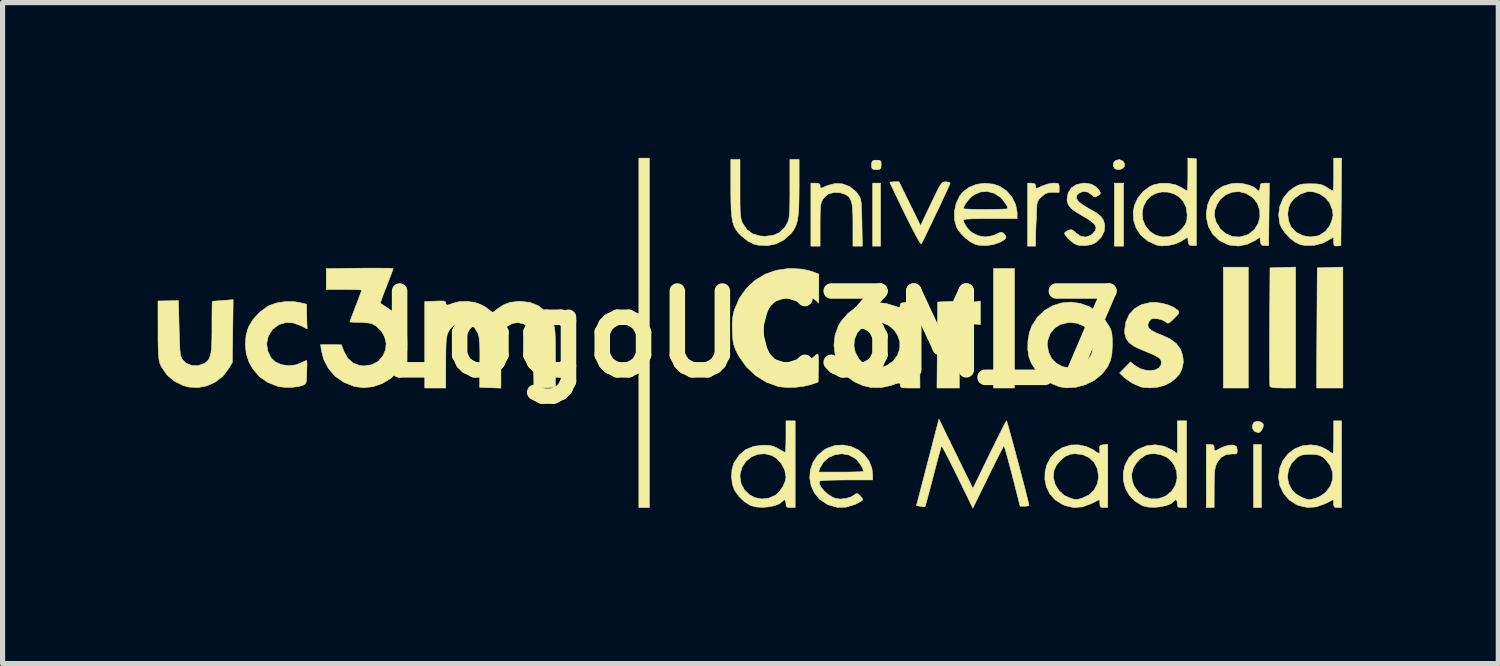
<source format=kicad_pcb>
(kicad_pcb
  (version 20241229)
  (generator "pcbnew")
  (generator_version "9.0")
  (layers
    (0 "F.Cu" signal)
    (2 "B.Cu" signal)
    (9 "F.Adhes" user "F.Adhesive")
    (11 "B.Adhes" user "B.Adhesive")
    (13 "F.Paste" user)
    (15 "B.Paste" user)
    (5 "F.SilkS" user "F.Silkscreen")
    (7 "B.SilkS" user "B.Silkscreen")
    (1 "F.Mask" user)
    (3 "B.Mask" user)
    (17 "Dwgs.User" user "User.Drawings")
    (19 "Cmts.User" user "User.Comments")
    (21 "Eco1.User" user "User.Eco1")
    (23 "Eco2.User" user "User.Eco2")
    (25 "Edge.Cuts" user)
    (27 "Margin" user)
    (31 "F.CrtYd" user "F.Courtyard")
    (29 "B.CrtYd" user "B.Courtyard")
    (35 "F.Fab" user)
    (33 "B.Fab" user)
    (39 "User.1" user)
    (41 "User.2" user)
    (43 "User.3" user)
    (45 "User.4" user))
  (footprint "LogoUC3M_7"
    (layer "F.Cu")
    (at 11.463 3.412)
    (property "Reference" "LogoUC3M_7" (at 0 0 0) (layer "F.SilkS") (effects (font (size 1.524 1.524) (thickness 0.3))))
    (attr through_hole)
    (fp_poly (pts (xy -1.956 3.353) (xy -2.159 3.353) (xy -2.159 -3.404) (xy -1.956 -3.404) (xy -1.956 3.353)) (stroke (width 0.01) (type solid)) (fill yes) (layer "F.SilkS"))
    (fp_poly (pts (xy 2.515 -1.702) (xy 2.362 -1.702) (xy 2.362 -2.921) (xy 2.515 -2.921) (xy 2.515 -1.702)) (stroke (width 0.01) (type solid)) (fill yes) (layer "F.SilkS"))
    (fp_poly (pts (xy 5.105 1.041) (xy 4.699 1.041) (xy 4.699 -1.27) (xy 5.105 -1.27) (xy 5.105 1.041)) (stroke (width 0.01) (type solid)) (fill yes) (layer "F.SilkS"))
    (fp_poly (pts (xy 7.214 -1.702) (xy 7.036 -1.702) (xy 7.036 -2.921) (xy 7.214 -2.921) (xy 7.214 -1.702)) (stroke (width 0.01) (type solid)) (fill yes) (layer "F.SilkS"))
    (fp_poly (pts (xy 9.627 1.041) (xy 9.144 1.041) (xy 9.144 -1.295) (xy 9.627 -1.295) (xy 9.627 1.041)) (stroke (width 0.01) (type solid)) (fill yes) (layer "F.SilkS"))
    (fp_poly (pts (xy 9.881 3.353) (xy 9.728 3.353) (xy 9.728 2.134) (xy 9.881 2.134) (xy 9.881 3.353)) (stroke (width 0.01) (type solid)) (fill yes) (layer "F.SilkS"))
    (fp_poly (pts (xy 11.455 1.041) (xy 10.947 1.041) (xy 10.953 -0.121) (xy 10.96 -1.283) (xy 11.455 -1.297) (xy 11.455 1.041)) (stroke (width 0.01) (type solid)) (fill yes) (layer "F.SilkS"))
    (fp_poly (pts (xy 7.14 -3.374) (xy 7.202 -3.346) (xy 7.234 -3.295) (xy 7.226 -3.237) (xy 7.224 -3.232) (xy 7.174 -3.193) (xy 7.108 -3.18) (xy 7.05 -3.198) (xy 7.042 -3.204) (xy 7.012 -3.262) (xy 7.022 -3.319) (xy 7.065 -3.362) (xy 7.131 -3.375) (xy 7.14 -3.374)) (stroke (width 0.01) (type solid)) (fill yes) (layer "F.SilkS"))
    (fp_poly (pts (xy 2.498 -3.362) (xy 2.522 -3.339) (xy 2.527 -3.283) (xy 2.527 -3.277) (xy 2.523 -3.216) (xy 2.499 -3.19) (xy 2.445 -3.18) (xy 2.374 -3.185) (xy 2.347 -3.21) (xy 2.339 -3.265) (xy 2.341 -3.307) (xy 2.356 -3.347) (xy 2.395 -3.363) (xy 2.438 -3.365) (xy 2.498 -3.362)) (stroke (width 0.01) (type solid)) (fill yes) (layer "F.SilkS"))
    (fp_poly (pts (xy 9.861 1.694) (xy 9.909 1.73) (xy 9.916 1.743) (xy 9.915 1.793) (xy 9.889 1.85) (xy 9.851 1.894) (xy 9.823 1.904) (xy 9.776 1.892) (xy 9.747 1.878) (xy 9.711 1.831) (xy 9.706 1.767) (xy 9.732 1.71) (xy 9.741 1.702) (xy 9.797 1.683) (xy 9.861 1.694)) (stroke (width 0.01) (type solid)) (fill yes) (layer "F.SilkS"))
    (fp_poly (pts (xy 10.541 1.041) (xy 10.299 1.041) (xy 10.171 1.039) (xy 10.09 1.031) (xy 10.05 1.016) (xy 10.045 1.01) (xy 10.042 0.978) (xy 10.04 0.902) (xy 10.039 0.785) (xy 10.038 0.633) (xy 10.037 0.451) (xy 10.038 0.245) (xy 10.038 0.02) (xy 10.039 -0.152) (xy 10.046 -1.283) (xy 10.541 -1.297) (xy 10.541 1.041)) (stroke (width 0.01) (type solid)) (fill yes) (layer "F.SilkS"))
    (fp_poly (pts (xy 4.445 -0.183) (xy 4.345 -0.196) (xy 4.249 -0.191) (xy 4.157 -0.156) (xy 4.086 -0.1) (xy 4.055 -0.044) (xy 4.05 -0.002) (xy 4.046 0.082) (xy 4.042 0.2) (xy 4.04 0.342) (xy 4.039 0.5) (xy 4.039 0.527) (xy 4.039 1.041) (xy 3.606 1.041) (xy 3.613 0.21) (xy 3.619 -0.622) (xy 3.818 -0.63) (xy 3.919 -0.632) (xy 3.98 -0.629) (xy 4.013 -0.618) (xy 4.027 -0.597) (xy 4.03 -0.588) (xy 4.044 -0.556) (xy 4.071 -0.552) (xy 4.124 -0.571) (xy 4.2 -0.596) (xy 4.294 -0.618) (xy 4.324 -0.623) (xy 4.445 -0.641) (xy 4.445 -0.183)) (stroke (width 0.01) (type solid)) (fill yes) (layer "F.SilkS"))
    (fp_poly (pts (xy 8.944 2.14) (xy 8.964 2.169) (xy 8.966 2.197) (xy 8.968 2.242) (xy 8.982 2.256) (xy 9.019 2.242) (xy 9.073 2.212) (xy 9.156 2.175) (xy 9.25 2.149) (xy 9.26 2.147) (xy 9.346 2.144) (xy 9.395 2.172) (xy 9.412 2.235) (xy 9.413 2.26) (xy 9.406 2.302) (xy 9.379 2.317) (xy 9.318 2.316) (xy 9.196 2.329) (xy 9.095 2.386) (xy 9.021 2.485) (xy 9.016 2.497) (xy 8.996 2.549) (xy 8.982 2.608) (xy 8.973 2.685) (xy 8.969 2.79) (xy 8.967 2.934) (xy 8.967 2.978) (xy 8.966 3.353) (xy 8.814 3.353) (xy 8.814 2.134) (xy 8.89 2.134) (xy 8.944 2.14)) (stroke (width 0.01) (type solid)) (fill yes) (layer "F.SilkS"))
    (fp_poly (pts (xy 5.496 -2.909) (xy 5.517 -2.87) (xy 5.515 -2.838) (xy 5.523 -2.821) (xy 5.562 -2.829) (xy 5.636 -2.862) (xy 5.652 -2.87) (xy 5.744 -2.903) (xy 5.843 -2.92) (xy 5.86 -2.921) (xy 5.928 -2.919) (xy 5.96 -2.905) (xy 5.969 -2.867) (xy 5.969 -2.832) (xy 5.969 -2.743) (xy 5.844 -2.743) (xy 5.758 -2.737) (xy 5.695 -2.713) (xy 5.63 -2.659) (xy 5.628 -2.658) (xy 5.58 -2.609) (xy 5.552 -2.565) (xy 5.539 -2.509) (xy 5.534 -2.423) (xy 5.533 -2.397) (xy 5.531 -2.303) (xy 5.528 -2.226) (xy 5.524 -2.184) (xy 5.522 -2.143) (xy 5.519 -2.065) (xy 5.516 -1.964) (xy 5.516 -1.924) (xy 5.512 -1.702) (xy 5.359 -1.702) (xy 5.359 -2.921) (xy 5.436 -2.921) (xy 5.496 -2.909)) (stroke (width 0.01) (type solid)) (fill yes) (layer "F.SilkS"))
    (fp_poly (pts (xy 3.288 -2.099) (xy 3.49 -2.523) (xy 3.562 -2.672) (xy 3.615 -2.781) (xy 3.655 -2.856) (xy 3.686 -2.904) (xy 3.711 -2.931) (xy 3.736 -2.943) (xy 3.763 -2.946) (xy 3.777 -2.946) (xy 3.833 -2.94) (xy 3.86 -2.925) (xy 3.861 -2.923) (xy 3.85 -2.894) (xy 3.821 -2.828) (xy 3.777 -2.731) (xy 3.721 -2.611) (xy 3.658 -2.475) (xy 3.59 -2.333) (xy 3.522 -2.19) (xy 3.457 -2.055) (xy 3.399 -1.935) (xy 3.351 -1.838) (xy 3.317 -1.771) (xy 3.3 -1.743) (xy 3.285 -1.759) (xy 3.25 -1.815) (xy 3.2 -1.906) (xy 3.137 -2.025) (xy 3.064 -2.167) (xy 2.986 -2.325) (xy 2.908 -2.486) (xy 2.838 -2.632) (xy 2.778 -2.756) (xy 2.732 -2.852) (xy 2.702 -2.915) (xy 2.692 -2.938) (xy 2.715 -2.943) (xy 2.77 -2.946) (xy 2.782 -2.946) (xy 2.872 -2.946) (xy 3.288 -2.099)) (stroke (width 0.01) (type solid)) (fill yes) (layer "F.SilkS"))
    (fp_poly (pts (xy 1.319 -2.915) (xy 1.343 -2.893) (xy 1.346 -2.87) (xy 1.347 -2.838) (xy 1.357 -2.824) (xy 1.386 -2.83) (xy 1.446 -2.855) (xy 1.487 -2.873) (xy 1.636 -2.914) (xy 1.783 -2.906) (xy 1.92 -2.853) (xy 2.038 -2.756) (xy 2.085 -2.697) (xy 2.107 -2.662) (xy 2.123 -2.626) (xy 2.135 -2.581) (xy 2.143 -2.517) (xy 2.148 -2.427) (xy 2.152 -2.302) (xy 2.155 -2.155) (xy 2.163 -1.702) (xy 1.981 -1.702) (xy 1.981 -2.109) (xy 1.98 -2.288) (xy 1.974 -2.424) (xy 1.961 -2.524) (xy 1.94 -2.595) (xy 1.909 -2.646) (xy 1.866 -2.683) (xy 1.83 -2.705) (xy 1.732 -2.735) (xy 1.621 -2.74) (xy 1.523 -2.718) (xy 1.503 -2.709) (xy 1.448 -2.664) (xy 1.396 -2.603) (xy 1.396 -2.602) (xy 1.377 -2.568) (xy 1.364 -2.528) (xy 1.355 -2.472) (xy 1.35 -2.391) (xy 1.347 -2.278) (xy 1.346 -2.122) (xy 1.346 -2.115) (xy 1.346 -1.702) (xy 1.168 -1.702) (xy 1.168 -2.921) (xy 1.257 -2.921) (xy 1.319 -2.915)) (stroke (width 0.01) (type solid)) (fill yes) (layer "F.SilkS"))
    (fp_poly (pts (xy -10.02 0.546) (xy -10.09 0.664) (xy -10.203 0.811) (xy -10.346 0.924) (xy -10.51 0.999) (xy -10.685 1.033) (xy -10.863 1.023) (xy -10.964 0.996) (xy -11.144 0.909) (xy -11.285 0.787) (xy -11.392 0.631) (xy -11.419 0.572) (xy -11.432 0.529) (xy -11.442 0.468) (xy -11.449 0.382) (xy -11.454 0.264) (xy -11.457 0.109) (xy -11.457 -0.081) (xy -11.458 -0.642) (xy -11.26 -0.645) (xy -11.062 -0.648) (xy -11.049 -0.114) (xy -11.044 0.068) (xy -11.039 0.208) (xy -11.033 0.31) (xy -11.025 0.383) (xy -11.015 0.433) (xy -11.001 0.469) (xy -10.991 0.486) (xy -10.91 0.564) (xy -10.804 0.606) (xy -10.688 0.61) (xy -10.575 0.572) (xy -10.567 0.568) (xy -10.519 0.535) (xy -10.481 0.496) (xy -10.454 0.444) (xy -10.435 0.373) (xy -10.423 0.274) (xy -10.417 0.143) (xy -10.414 -0.029) (xy -10.414 -0.137) (xy -10.414 -0.29) (xy -10.413 -0.424) (xy -10.412 -0.531) (xy -10.41 -0.605) (xy -10.408 -0.636) (xy -10.408 -0.636) (xy -10.381 -0.638) (xy -10.317 -0.643) (xy -10.227 -0.65) (xy -10.203 -0.652) (xy -10.004 -0.667) (xy -10.02 0.546)) (stroke (width 0.01) (type solid)) (fill yes) (layer "F.SilkS"))
    (fp_poly (pts (xy -0.203 -2.815) (xy -0.203 -2.629) (xy -0.202 -2.487) (xy -0.199 -2.38) (xy -0.193 -2.302) (xy -0.185 -2.244) (xy -0.174 -2.199) (xy -0.158 -2.159) (xy -0.149 -2.14) (xy -0.068 -2.019) (xy 0.042 -1.939) (xy 0.183 -1.899) (xy 0.279 -1.892) (xy 0.439 -1.911) (xy 0.566 -1.968) (xy 0.664 -2.065) (xy 0.708 -2.14) (xy 0.726 -2.18) (xy 0.739 -2.221) (xy 0.749 -2.272) (xy 0.755 -2.34) (xy 0.759 -2.432) (xy 0.761 -2.557) (xy 0.762 -2.721) (xy 0.762 -2.815) (xy 0.762 -3.378) (xy 0.94 -3.378) (xy 0.94 -2.837) (xy 0.938 -2.621) (xy 0.934 -2.448) (xy 0.924 -2.312) (xy 0.909 -2.205) (xy 0.886 -2.12) (xy 0.855 -2.049) (xy 0.814 -1.985) (xy 0.786 -1.949) (xy 0.654 -1.828) (xy 0.498 -1.747) (xy 0.327 -1.711) (xy 0.149 -1.721) (xy 0.069 -1.741) (xy -0.05 -1.799) (xy -0.17 -1.894) (xy -0.177 -1.9) (xy -0.237 -1.962) (xy -0.284 -2.025) (xy -0.32 -2.094) (xy -0.346 -2.177) (xy -0.363 -2.281) (xy -0.374 -2.413) (xy -0.379 -2.58) (xy -0.381 -2.789) (xy -0.381 -2.837) (xy -0.381 -3.378) (xy -0.203 -3.378) (xy -0.203 -2.815)) (stroke (width 0.01) (type solid)) (fill yes) (layer "F.SilkS"))
    (fp_poly (pts (xy 8.433 3.353) (xy 8.344 3.353) (xy 8.284 3.349) (xy 8.26 3.327) (xy 8.255 3.277) (xy 8.245 3.219) (xy 8.221 3.201) (xy 8.19 3.228) (xy 8.19 3.228) (xy 8.135 3.276) (xy 8.044 3.313) (xy 7.93 3.338) (xy 7.807 3.349) (xy 7.689 3.344) (xy 7.59 3.321) (xy 7.58 3.317) (xy 7.434 3.229) (xy 7.324 3.113) (xy 7.249 2.977) (xy 7.21 2.828) (xy 7.209 2.715) (xy 7.369 2.715) (xy 7.382 2.842) (xy 7.419 2.938) (xy 7.503 3.059) (xy 7.614 3.142) (xy 7.743 3.185) (xy 7.88 3.184) (xy 8.017 3.137) (xy 8.044 3.121) (xy 8.15 3.029) (xy 8.219 2.914) (xy 8.249 2.786) (xy 8.242 2.656) (xy 8.196 2.533) (xy 8.113 2.427) (xy 8.041 2.375) (xy 7.931 2.33) (xy 7.809 2.311) (xy 7.696 2.32) (xy 7.637 2.34) (xy 7.539 2.409) (xy 7.452 2.504) (xy 7.402 2.588) (xy 7.369 2.715) (xy 7.209 2.715) (xy 7.209 2.676) (xy 7.244 2.527) (xy 7.317 2.39) (xy 7.429 2.273) (xy 7.502 2.223) (xy 7.661 2.158) (xy 7.83 2.139) (xy 7.997 2.167) (xy 8.154 2.241) (xy 8.163 2.247) (xy 8.255 2.31) (xy 8.255 1.676) (xy 8.433 1.676) (xy 8.433 3.353)) (stroke (width 0.01) (type solid)) (fill yes) (layer "F.SilkS"))
    (fp_poly (pts (xy -8.82 -0.628) (xy -8.715 -0.61) (xy -8.585 -0.579) (xy -8.583 -0.436) (xy -8.581 -0.335) (xy -8.579 -0.238) (xy -8.577 -0.197) (xy -8.574 -0.136) (xy -8.573 -0.103) (xy -8.572 -0.102) (xy -8.593 -0.112) (xy -8.646 -0.139) (xy -8.697 -0.165) (xy -8.847 -0.218) (xy -8.99 -0.223) (xy -9.121 -0.184) (xy -9.234 -0.099) (xy -9.252 -0.079) (xy -9.327 0.047) (xy -9.356 0.184) (xy -9.337 0.324) (xy -9.271 0.458) (xy -9.269 0.46) (xy -9.184 0.539) (xy -9.068 0.59) (xy -8.936 0.609) (xy -8.802 0.596) (xy -8.7 0.559) (xy -8.636 0.528) (xy -8.594 0.51) (xy -8.586 0.508) (xy -8.579 0.531) (xy -8.576 0.587) (xy -8.577 0.616) (xy -8.581 0.714) (xy -8.583 0.821) (xy -8.583 0.84) (xy -8.589 0.916) (xy -8.607 0.958) (xy -8.647 0.985) (xy -8.653 0.988) (xy -8.745 1.014) (xy -8.865 1.028) (xy -8.994 1.029) (xy -9.111 1.016) (xy -9.146 1.008) (xy -9.339 0.931) (xy -9.498 0.819) (xy -9.626 0.667) (xy -9.701 0.533) (xy -9.751 0.377) (xy -9.769 0.2) (xy -9.755 0.023) (xy -9.709 -0.136) (xy -9.707 -0.14) (xy -9.617 -0.287) (xy -9.492 -0.423) (xy -9.348 -0.531) (xy -9.309 -0.552) (xy -9.164 -0.604) (xy -8.994 -0.63) (xy -8.82 -0.628)) (stroke (width 0.01) (type solid)) (fill yes) (layer "F.SilkS"))
    (fp_poly (pts (xy 0.97 -1.26) (xy 1.136 -1.228) (xy 1.251 -1.189) (xy 1.321 -1.162) (xy 1.321 -0.601) (xy 1.264 -0.653) (xy 1.119 -0.754) (xy 0.957 -0.812) (xy 0.789 -0.829) (xy 0.621 -0.806) (xy 0.462 -0.746) (xy 0.321 -0.649) (xy 0.206 -0.517) (xy 0.161 -0.439) (xy 0.101 -0.264) (xy 0.086 -0.084) (xy 0.116 0.09) (xy 0.159 0.194) (xy 0.266 0.349) (xy 0.405 0.468) (xy 0.568 0.548) (xy 0.748 0.583) (xy 0.791 0.584) (xy 0.897 0.573) (xy 1.014 0.544) (xy 1.123 0.502) (xy 1.206 0.454) (xy 1.232 0.431) (xy 1.274 0.394) (xy 1.3 0.381) (xy 1.309 0.405) (xy 1.314 0.469) (xy 1.316 0.563) (xy 1.315 0.654) (xy 1.308 0.927) (xy 1.168 0.974) (xy 1.025 1.009) (xy 0.86 1.028) (xy 0.695 1.03) (xy 0.551 1.015) (xy 0.521 1.008) (xy 0.3 0.926) (xy 0.099 0.8) (xy -0.076 0.636) (xy -0.217 0.439) (xy -0.259 0.363) (xy -0.298 0.277) (xy -0.324 0.203) (xy -0.339 0.124) (xy -0.347 0.022) (xy -0.351 -0.062) (xy -0.353 -0.205) (xy -0.346 -0.315) (xy -0.328 -0.411) (xy -0.311 -0.473) (xy -0.216 -0.692) (xy -0.083 -0.881) (xy 0.084 -1.038) (xy 0.278 -1.157) (xy 0.496 -1.235) (xy 0.731 -1.269) (xy 0.78 -1.27) (xy 0.97 -1.26)) (stroke (width 0.01) (type solid)) (fill yes) (layer "F.SilkS"))
    (fp_poly (pts (xy 6.593 -2.901) (xy 6.692 -2.84) (xy 6.742 -2.78) (xy 6.767 -2.734) (xy 6.757 -2.705) (xy 6.72 -2.679) (xy 6.673 -2.653) (xy 6.639 -2.661) (xy 6.606 -2.69) (xy 6.521 -2.748) (xy 6.433 -2.759) (xy 6.363 -2.733) (xy 6.31 -2.682) (xy 6.302 -2.628) (xy 6.34 -2.567) (xy 6.425 -2.499) (xy 6.557 -2.421) (xy 6.57 -2.414) (xy 6.693 -2.343) (xy 6.776 -2.276) (xy 6.825 -2.205) (xy 6.848 -2.121) (xy 6.85 -2.103) (xy 6.839 -1.983) (xy 6.779 -1.87) (xy 6.677 -1.771) (xy 6.59 -1.732) (xy 6.478 -1.712) (xy 6.363 -1.716) (xy 6.308 -1.728) (xy 6.252 -1.758) (xy 6.187 -1.808) (xy 6.126 -1.867) (xy 6.083 -1.922) (xy 6.071 -1.954) (xy 6.092 -1.977) (xy 6.142 -2.005) (xy 6.143 -2.005) (xy 6.193 -2.021) (xy 6.231 -2.012) (xy 6.279 -1.972) (xy 6.294 -1.957) (xy 6.385 -1.895) (xy 6.482 -1.878) (xy 6.574 -1.907) (xy 6.618 -1.942) (xy 6.668 -2.005) (xy 6.682 -2.062) (xy 6.658 -2.119) (xy 6.593 -2.181) (xy 6.483 -2.252) (xy 6.426 -2.284) (xy 6.294 -2.363) (xy 6.203 -2.432) (xy 6.149 -2.498) (xy 6.124 -2.567) (xy 6.121 -2.606) (xy 6.143 -2.732) (xy 6.204 -2.828) (xy 6.302 -2.892) (xy 6.432 -2.92) (xy 6.464 -2.921) (xy 6.593 -2.901)) (stroke (width 0.01) (type solid)) (fill yes) (layer "F.SilkS"))
    (fp_poly (pts (xy 10.027 -2.318) (xy 10.02 -1.714) (xy 9.944 -1.714) (xy 9.89 -1.721) (xy 9.867 -1.752) (xy 9.86 -1.795) (xy 9.852 -1.876) (xy 9.762 -1.815) (xy 9.605 -1.737) (xy 9.439 -1.705) (xy 9.271 -1.721) (xy 9.214 -1.738) (xy 9.059 -1.818) (xy 8.939 -1.933) (xy 8.857 -2.078) (xy 8.818 -2.247) (xy 8.816 -2.283) (xy 8.971 -2.283) (xy 9.004 -2.168) (xy 9.006 -2.165) (xy 9.084 -2.035) (xy 9.19 -1.943) (xy 9.316 -1.889) (xy 9.453 -1.879) (xy 9.592 -1.914) (xy 9.639 -1.938) (xy 9.746 -2.025) (xy 9.817 -2.138) (xy 9.851 -2.266) (xy 9.847 -2.399) (xy 9.804 -2.525) (xy 9.721 -2.634) (xy 9.705 -2.648) (xy 9.58 -2.724) (xy 9.445 -2.756) (xy 9.311 -2.745) (xy 9.186 -2.693) (xy 9.082 -2.603) (xy 9.02 -2.508) (xy 8.976 -2.389) (xy 8.971 -2.283) (xy 8.816 -2.283) (xy 8.814 -2.317) (xy 8.837 -2.496) (xy 8.901 -2.649) (xy 9.003 -2.772) (xy 9.136 -2.861) (xy 9.298 -2.911) (xy 9.416 -2.92) (xy 9.522 -2.911) (xy 9.629 -2.885) (xy 9.72 -2.85) (xy 9.78 -2.809) (xy 9.79 -2.797) (xy 9.821 -2.769) (xy 9.845 -2.786) (xy 9.855 -2.844) (xy 9.855 -2.845) (xy 9.86 -2.896) (xy 9.885 -2.917) (xy 9.945 -2.921) (xy 10.034 -2.921) (xy 10.027 -2.318)) (stroke (width 0.01) (type solid)) (fill yes) (layer "F.SilkS"))
    (fp_poly (pts (xy 6.376 -0.595) (xy 6.547 -0.533) (xy 6.704 -0.433) (xy 6.842 -0.295) (xy 6.939 -0.147) (xy 6.968 -0.085) (xy 6.986 -0.02) (xy 6.995 0.063) (xy 6.998 0.18) (xy 6.998 0.203) (xy 6.989 0.375) (xy 6.96 0.513) (xy 6.904 0.632) (xy 6.817 0.747) (xy 6.778 0.788) (xy 6.642 0.896) (xy 6.477 0.976) (xy 6.298 1.025) (xy 6.119 1.038) (xy 5.98 1.019) (xy 5.816 0.953) (xy 5.663 0.849) (xy 5.531 0.716) (xy 5.432 0.565) (xy 5.386 0.447) (xy 5.362 0.3) (xy 5.364 0.205) (xy 5.74 0.205) (xy 5.763 0.349) (xy 5.825 0.471) (xy 5.918 0.566) (xy 6.035 0.628) (xy 6.167 0.653) (xy 6.306 0.634) (xy 6.366 0.612) (xy 6.449 0.56) (xy 6.526 0.489) (xy 6.543 0.468) (xy 6.586 0.404) (xy 6.609 0.34) (xy 6.616 0.257) (xy 6.617 0.216) (xy 6.596 0.059) (xy 6.537 -0.067) (xy 6.442 -0.158) (xy 6.316 -0.212) (xy 6.161 -0.225) (xy 6.148 -0.224) (xy 6.001 -0.191) (xy 5.882 -0.119) (xy 5.796 -0.014) (xy 5.748 0.119) (xy 5.74 0.205) (xy 5.364 0.205) (xy 5.365 0.135) (xy 5.392 -0.027) (xy 5.441 -0.163) (xy 5.442 -0.165) (xy 5.554 -0.333) (xy 5.692 -0.462) (xy 5.849 -0.553) (xy 6.02 -0.605) (xy 6.198 -0.62) (xy 6.376 -0.595)) (stroke (width 0.01) (type solid)) (fill yes) (layer "F.SilkS"))
    (fp_poly (pts (xy 6.909 3.353) (xy 6.833 3.353) (xy 6.779 3.347) (xy 6.759 3.317) (xy 6.756 3.277) (xy 6.753 3.223) (xy 6.746 3.2) (xy 6.746 3.2) (xy 6.72 3.211) (xy 6.663 3.24) (xy 6.591 3.277) (xy 6.422 3.34) (xy 6.253 3.353) (xy 6.084 3.315) (xy 6.031 3.292) (xy 5.891 3.203) (xy 5.789 3.089) (xy 5.723 2.956) (xy 5.693 2.812) (xy 5.694 2.771) (xy 5.857 2.771) (xy 5.89 2.903) (xy 5.961 3.021) (xy 6.064 3.115) (xy 6.16 3.162) (xy 6.236 3.188) (xy 6.289 3.197) (xy 6.342 3.191) (xy 6.406 3.174) (xy 6.541 3.112) (xy 6.644 3.016) (xy 6.709 2.892) (xy 6.731 2.755) (xy 6.709 2.605) (xy 6.646 2.481) (xy 6.55 2.388) (xy 6.425 2.33) (xy 6.279 2.312) (xy 6.186 2.322) (xy 6.088 2.362) (xy 5.993 2.438) (xy 5.915 2.535) (xy 5.869 2.635) (xy 5.857 2.771) (xy 5.694 2.771) (xy 5.696 2.666) (xy 5.732 2.523) (xy 5.8 2.393) (xy 5.898 2.282) (xy 6.025 2.197) (xy 6.181 2.147) (xy 6.209 2.143) (xy 6.349 2.142) (xy 6.492 2.173) (xy 6.618 2.23) (xy 6.647 2.25) (xy 6.711 2.295) (xy 6.744 2.306) (xy 6.755 2.28) (xy 6.752 2.229) (xy 6.751 2.172) (xy 6.774 2.147) (xy 6.826 2.138) (xy 6.909 2.13) (xy 6.909 3.353)) (stroke (width 0.01) (type solid)) (fill yes) (layer "F.SilkS"))
    (fp_poly (pts (xy 8.541 -3.399) (xy 8.623 -3.391) (xy 8.623 -1.714) (xy 8.547 -1.714) (xy 8.493 -1.721) (xy 8.47 -1.752) (xy 8.463 -1.795) (xy 8.455 -1.876) (xy 8.332 -1.799) (xy 8.215 -1.746) (xy 8.079 -1.714) (xy 7.946 -1.707) (xy 7.848 -1.724) (xy 7.682 -1.802) (xy 7.551 -1.912) (xy 7.459 -2.047) (xy 7.408 -2.203) (xy 7.403 -2.354) (xy 7.575 -2.354) (xy 7.587 -2.212) (xy 7.638 -2.088) (xy 7.722 -1.988) (xy 7.83 -1.917) (xy 7.955 -1.881) (xy 8.087 -1.884) (xy 8.202 -1.924) (xy 8.273 -1.972) (xy 8.346 -2.041) (xy 8.367 -2.066) (xy 8.414 -2.132) (xy 8.437 -2.196) (xy 8.444 -2.28) (xy 8.445 -2.309) (xy 8.425 -2.452) (xy 8.37 -2.567) (xy 8.288 -2.655) (xy 8.186 -2.715) (xy 8.073 -2.747) (xy 7.955 -2.75) (xy 7.841 -2.724) (xy 7.739 -2.669) (xy 7.655 -2.583) (xy 7.597 -2.467) (xy 7.575 -2.354) (xy 7.403 -2.354) (xy 7.402 -2.373) (xy 7.426 -2.493) (xy 7.491 -2.634) (xy 7.594 -2.759) (xy 7.722 -2.854) (xy 7.789 -2.886) (xy 7.926 -2.917) (xy 8.077 -2.917) (xy 8.221 -2.888) (xy 8.328 -2.837) (xy 8.39 -2.798) (xy 8.434 -2.773) (xy 8.445 -2.769) (xy 8.45 -2.792) (xy 8.454 -2.857) (xy 8.457 -2.954) (xy 8.458 -3.073) (xy 8.458 -3.088) (xy 8.458 -3.407) (xy 8.541 -3.399)) (stroke (width 0.01) (type solid)) (fill yes) (layer "F.SilkS"))
    (fp_poly (pts (xy 3.972 2.313) (xy 4.301 2.985) (xy 4.619 2.33) (xy 4.701 2.163) (xy 4.776 2.011) (xy 4.842 1.881) (xy 4.894 1.778) (xy 4.931 1.708) (xy 4.95 1.677) (xy 4.952 1.676) (xy 4.96 1.7) (xy 4.98 1.766) (xy 5.008 1.866) (xy 5.044 1.996) (xy 5.085 2.146) (xy 5.129 2.311) (xy 5.175 2.483) (xy 5.221 2.656) (xy 5.264 2.822) (xy 5.304 2.975) (xy 5.337 3.107) (xy 5.363 3.211) (xy 5.38 3.282) (xy 5.385 3.31) (xy 5.363 3.322) (xy 5.308 3.327) (xy 5.3 3.327) (xy 5.214 3.327) (xy 5.065 2.743) (xy 5.022 2.579) (xy 4.983 2.433) (xy 4.95 2.312) (xy 4.924 2.222) (xy 4.907 2.169) (xy 4.902 2.159) (xy 4.888 2.181) (xy 4.855 2.243) (xy 4.806 2.338) (xy 4.743 2.461) (xy 4.671 2.606) (xy 4.595 2.762) (xy 4.3 3.365) (xy 4.004 2.758) (xy 3.925 2.598) (xy 3.853 2.454) (xy 3.791 2.333) (xy 3.742 2.241) (xy 3.708 2.183) (xy 3.694 2.165) (xy 3.684 2.192) (xy 3.664 2.262) (xy 3.635 2.367) (xy 3.599 2.5) (xy 3.558 2.654) (xy 3.532 2.754) (xy 3.49 2.917) (xy 3.451 3.063) (xy 3.419 3.184) (xy 3.394 3.274) (xy 3.378 3.326) (xy 3.374 3.337) (xy 3.346 3.337) (xy 3.289 3.329) (xy 3.287 3.329) (xy 3.209 3.315) (xy 3.427 2.478) (xy 3.644 1.641) (xy 3.972 2.313)) (stroke (width 0.01) (type solid)) (fill yes) (layer "F.SilkS"))
    (fp_poly (pts (xy 0.864 3.353) (xy 0.775 3.353) (xy 0.715 3.349) (xy 0.69 3.327) (xy 0.686 3.277) (xy 0.676 3.219) (xy 0.652 3.201) (xy 0.621 3.228) (xy 0.621 3.228) (xy 0.565 3.277) (xy 0.472 3.315) (xy 0.357 3.339) (xy 0.232 3.349) (xy 0.112 3.342) (xy 0.009 3.316) (xy 0 3.312) (xy -0.117 3.24) (xy -0.227 3.134) (xy -0.313 3.01) (xy -0.351 2.897) (xy -0.367 2.761) (xy -0.366 2.754) (xy -0.203 2.754) (xy -0.181 2.893) (xy -0.119 3.01) (xy -0.027 3.101) (xy 0.088 3.162) (xy 0.217 3.187) (xy 0.351 3.173) (xy 0.482 3.115) (xy 0.486 3.112) (xy 0.562 3.041) (xy 0.628 2.944) (xy 0.673 2.84) (xy 0.686 2.764) (xy 0.663 2.631) (xy 0.599 2.505) (xy 0.506 2.403) (xy 0.414 2.346) (xy 0.276 2.313) (xy 0.141 2.323) (xy 0.018 2.373) (xy -0.086 2.457) (xy -0.162 2.568) (xy -0.2 2.701) (xy -0.203 2.754) (xy -0.366 2.754) (xy -0.359 2.624) (xy -0.327 2.506) (xy -0.319 2.489) (xy -0.218 2.339) (xy -0.092 2.232) (xy 0.061 2.169) (xy 0.241 2.147) (xy 0.349 2.15) (xy 0.428 2.165) (xy 0.5 2.195) (xy 0.538 2.216) (xy 0.606 2.255) (xy 0.656 2.28) (xy 0.671 2.286) (xy 0.677 2.262) (xy 0.681 2.197) (xy 0.685 2.102) (xy 0.686 1.984) (xy 0.686 1.981) (xy 0.686 1.676) (xy 0.864 1.676) (xy 0.864 3.353)) (stroke (width 0.01) (type solid)) (fill yes) (layer "F.SilkS"))
    (fp_poly (pts (xy 1.94 2.172) (xy 2.08 2.236) (xy 2.199 2.33) (xy 2.291 2.45) (xy 2.347 2.591) (xy 2.362 2.711) (xy 2.362 2.819) (xy 1.856 2.819) (xy 1.684 2.821) (xy 1.54 2.824) (xy 1.43 2.829) (xy 1.359 2.836) (xy 1.334 2.844) (xy 1.331 2.893) (xy 1.363 2.958) (xy 1.422 3.029) (xy 1.498 3.097) (xy 1.583 3.151) (xy 1.639 3.175) (xy 1.738 3.189) (xy 1.85 3.177) (xy 1.954 3.143) (xy 2.013 3.105) (xy 2.047 3.081) (xy 2.078 3.088) (xy 2.12 3.124) (xy 2.159 3.17) (xy 2.169 3.204) (xy 2.168 3.207) (xy 2.138 3.23) (xy 2.077 3.265) (xy 2.023 3.292) (xy 1.851 3.345) (xy 1.679 3.349) (xy 1.511 3.302) (xy 1.477 3.287) (xy 1.338 3.192) (xy 1.237 3.072) (xy 1.173 2.933) (xy 1.146 2.784) (xy 1.154 2.667) (xy 1.317 2.667) (xy 1.751 2.667) (xy 1.893 2.666) (xy 2.015 2.664) (xy 2.11 2.661) (xy 2.169 2.657) (xy 2.184 2.653) (xy 2.167 2.591) (xy 2.123 2.514) (xy 2.064 2.439) (xy 2.02 2.399) (xy 1.898 2.335) (xy 1.766 2.313) (xy 1.634 2.331) (xy 1.513 2.384) (xy 1.413 2.47) (xy 1.344 2.585) (xy 1.335 2.61) (xy 1.317 2.667) (xy 1.154 2.667) (xy 1.157 2.632) (xy 1.205 2.487) (xy 1.29 2.356) (xy 1.413 2.246) (xy 1.479 2.207) (xy 1.633 2.153) (xy 1.789 2.143) (xy 1.94 2.172)) (stroke (width 0.01) (type solid)) (fill yes) (layer "F.SilkS"))
    (fp_poly (pts (xy 11.417 -1.714) (xy 11.347 -1.706) (xy 11.301 -1.706) (xy 11.282 -1.727) (xy 11.278 -1.784) (xy 11.278 -1.792) (xy 11.276 -1.852) (xy 11.265 -1.87) (xy 11.234 -1.854) (xy 11.22 -1.844) (xy 11.071 -1.763) (xy 10.902 -1.718) (xy 10.73 -1.714) (xy 10.631 -1.732) (xy 10.534 -1.778) (xy 10.432 -1.858) (xy 10.339 -1.957) (xy 10.267 -2.061) (xy 10.235 -2.136) (xy 10.213 -2.308) (xy 10.214 -2.315) (xy 10.389 -2.315) (xy 10.406 -2.188) (xy 10.451 -2.078) (xy 10.461 -2.062) (xy 10.559 -1.966) (xy 10.684 -1.905) (xy 10.822 -1.881) (xy 10.961 -1.899) (xy 11.005 -1.914) (xy 11.119 -1.989) (xy 11.204 -2.102) (xy 11.239 -2.184) (xy 11.265 -2.297) (xy 11.254 -2.405) (xy 11.205 -2.525) (xy 11.194 -2.547) (xy 11.118 -2.638) (xy 11.013 -2.709) (xy 10.893 -2.751) (xy 10.778 -2.757) (xy 10.771 -2.756) (xy 10.631 -2.708) (xy 10.509 -2.617) (xy 10.444 -2.539) (xy 10.402 -2.438) (xy 10.389 -2.315) (xy 10.214 -2.315) (xy 10.237 -2.475) (xy 10.303 -2.629) (xy 10.407 -2.759) (xy 10.502 -2.831) (xy 10.571 -2.871) (xy 10.632 -2.894) (xy 10.704 -2.905) (xy 10.804 -2.908) (xy 10.831 -2.908) (xy 10.94 -2.906) (xy 11.016 -2.897) (xy 11.075 -2.878) (xy 11.135 -2.844) (xy 11.144 -2.838) (xy 11.208 -2.798) (xy 11.253 -2.773) (xy 11.264 -2.769) (xy 11.269 -2.792) (xy 11.274 -2.857) (xy 11.276 -2.954) (xy 11.278 -3.072) (xy 11.278 -3.086) (xy 11.278 -3.404) (xy 11.431 -3.404) (xy 11.417 -1.714)) (stroke (width 0.01) (type solid)) (fill yes) (layer "F.SilkS"))
    (fp_poly (pts (xy 4.699 -2.901) (xy 4.816 -2.86) (xy 4.95 -2.772) (xy 5.056 -2.65) (xy 5.127 -2.507) (xy 5.156 -2.353) (xy 5.156 -2.338) (xy 5.156 -2.235) (xy 4.636 -2.235) (xy 4.431 -2.234) (xy 4.278 -2.23) (xy 4.175 -2.224) (xy 4.122 -2.214) (xy 4.115 -2.209) (xy 4.133 -2.145) (xy 4.182 -2.067) (xy 4.249 -1.993) (xy 4.282 -1.965) (xy 4.404 -1.903) (xy 4.542 -1.881) (xy 4.682 -1.903) (xy 4.749 -1.93) (xy 4.815 -1.962) (xy 4.854 -1.972) (xy 4.882 -1.96) (xy 4.909 -1.935) (xy 4.941 -1.892) (xy 4.936 -1.854) (xy 4.89 -1.814) (xy 4.821 -1.775) (xy 4.692 -1.731) (xy 4.544 -1.712) (xy 4.401 -1.722) (xy 4.363 -1.731) (xy 4.268 -1.775) (xy 4.165 -1.851) (xy 4.07 -1.944) (xy 3.999 -2.041) (xy 3.985 -2.069) (xy 3.945 -2.214) (xy 3.943 -2.373) (xy 3.955 -2.427) (xy 4.115 -2.427) (xy 4.139 -2.422) (xy 4.205 -2.418) (xy 4.306 -2.415) (xy 4.433 -2.413) (xy 4.547 -2.413) (xy 4.688 -2.414) (xy 4.81 -2.416) (xy 4.905 -2.419) (xy 4.963 -2.423) (xy 4.978 -2.427) (xy 4.963 -2.473) (xy 4.923 -2.539) (xy 4.871 -2.606) (xy 4.835 -2.645) (xy 4.717 -2.723) (xy 4.585 -2.758) (xy 4.451 -2.75) (xy 4.326 -2.698) (xy 4.277 -2.661) (xy 4.215 -2.597) (xy 4.16 -2.525) (xy 4.124 -2.46) (xy 4.115 -2.427) (xy 3.955 -2.427) (xy 3.978 -2.531) (xy 4.046 -2.673) (xy 4.097 -2.739) (xy 4.221 -2.836) (xy 4.37 -2.897) (xy 4.533 -2.919) (xy 4.699 -2.901)) (stroke (width 0.01) (type solid)) (fill yes) (layer "F.SilkS"))
    (fp_poly (pts (xy 11.43 3.353) (xy 11.354 3.353) (xy 11.3 3.347) (xy 11.28 3.317) (xy 11.278 3.277) (xy 11.276 3.223) (xy 11.271 3.201) (xy 11.271 3.201) (xy 11.247 3.211) (xy 11.19 3.239) (xy 11.115 3.277) (xy 10.943 3.34) (xy 10.774 3.352) (xy 10.605 3.315) (xy 10.551 3.292) (xy 10.414 3.202) (xy 10.308 3.077) (xy 10.237 2.93) (xy 10.211 2.769) (xy 10.211 2.761) (xy 10.212 2.756) (xy 10.384 2.756) (xy 10.406 2.889) (xy 10.47 3.011) (xy 10.52 3.066) (xy 10.588 3.116) (xy 10.674 3.162) (xy 10.755 3.192) (xy 10.795 3.199) (xy 10.843 3.193) (xy 10.914 3.177) (xy 10.934 3.172) (xy 11.014 3.136) (xy 11.097 3.079) (xy 11.129 3.051) (xy 11.217 2.931) (xy 11.259 2.799) (xy 11.256 2.665) (xy 11.207 2.536) (xy 11.115 2.419) (xy 11.065 2.376) (xy 11.009 2.345) (xy 10.938 2.329) (xy 10.835 2.324) (xy 10.823 2.324) (xy 10.723 2.327) (xy 10.654 2.34) (xy 10.598 2.367) (xy 10.562 2.393) (xy 10.462 2.497) (xy 10.403 2.621) (xy 10.384 2.756) (xy 10.212 2.756) (xy 10.234 2.591) (xy 10.298 2.44) (xy 10.396 2.314) (xy 10.522 2.218) (xy 10.669 2.159) (xy 10.831 2.14) (xy 10.953 2.155) (xy 11.048 2.186) (xy 11.136 2.229) (xy 11.166 2.249) (xy 11.221 2.288) (xy 11.258 2.31) (xy 11.263 2.311) (xy 11.269 2.288) (xy 11.273 2.223) (xy 11.276 2.126) (xy 11.278 2.008) (xy 11.278 1.994) (xy 11.278 1.676) (xy 11.43 1.676) (xy 11.43 3.353)) (stroke (width 0.01) (type solid)) (fill yes) (layer "F.SilkS"))
    (fp_poly (pts (xy 7.944 -0.6) (xy 8.074 -0.567) (xy 8.186 -0.518) (xy 8.264 -0.462) (xy 8.265 -0.46) (xy 8.284 -0.433) (xy 8.281 -0.405) (xy 8.251 -0.365) (xy 8.192 -0.305) (xy 8.129 -0.245) (xy 8.09 -0.217) (xy 8.063 -0.214) (xy 8.035 -0.233) (xy 8.028 -0.24) (xy 7.971 -0.271) (xy 7.891 -0.294) (xy 7.865 -0.298) (xy 7.791 -0.303) (xy 7.748 -0.29) (xy 7.715 -0.254) (xy 7.709 -0.244) (xy 7.683 -0.182) (xy 7.697 -0.126) (xy 7.753 -0.074) (xy 7.854 -0.021) (xy 7.939 0.013) (xy 8.111 0.09) (xy 8.235 0.183) (xy 8.316 0.293) (xy 8.351 0.393) (xy 8.365 0.472) (xy 8.369 0.537) (xy 8.368 0.554) (xy 8.356 0.611) (xy 8.345 0.667) (xy 8.304 0.758) (xy 8.227 0.849) (xy 8.125 0.931) (xy 8.011 0.989) (xy 8.011 0.99) (xy 7.875 1.025) (xy 7.727 1.039) (xy 7.591 1.029) (xy 7.544 1.018) (xy 7.387 0.95) (xy 7.246 0.854) (xy 7.22 0.83) (xy 7.137 0.752) (xy 7.243 0.644) (xy 7.349 0.536) (xy 7.422 0.597) (xy 7.518 0.659) (xy 7.623 0.694) (xy 7.727 0.705) (xy 7.821 0.692) (xy 7.894 0.657) (xy 7.938 0.6) (xy 7.945 0.537) (xy 7.936 0.502) (xy 7.914 0.471) (xy 7.87 0.439) (xy 7.799 0.402) (xy 7.694 0.356) (xy 7.562 0.302) (xy 7.419 0.235) (xy 7.321 0.164) (xy 7.263 0.082) (xy 7.237 -0.018) (xy 7.235 -0.07) (xy 7.259 -0.238) (xy 7.324 -0.381) (xy 7.426 -0.493) (xy 7.56 -0.571) (xy 7.723 -0.61) (xy 7.813 -0.614) (xy 7.944 -0.6)) (stroke (width 0.01) (type solid)) (fill yes) (layer "F.SilkS"))
    (fp_poly (pts (xy 3.227 -0.619) (xy 3.238 -0.611) (xy 3.247 -0.593) (xy 3.254 -0.557) (xy 3.259 -0.5) (xy 3.262 -0.416) (xy 3.265 -0.3) (xy 3.267 -0.147) (xy 3.269 0.048) (xy 3.271 0.21) (xy 3.277 1.041) (xy 3.086 1.041) (xy 2.989 1.04) (xy 2.932 1.035) (xy 2.904 1.022) (xy 2.896 1) (xy 2.896 0.991) (xy 2.894 0.959) (xy 2.881 0.945) (xy 2.847 0.948) (xy 2.781 0.968) (xy 2.718 0.991) (xy 2.527 1.033) (xy 2.331 1.031) (xy 2.166 0.992) (xy 2.006 0.919) (xy 1.88 0.826) (xy 1.817 0.758) (xy 1.706 0.59) (xy 1.638 0.406) (xy 1.614 0.22) (xy 2 0.22) (xy 2.025 0.349) (xy 2.092 0.473) (xy 2.15 0.538) (xy 2.271 0.623) (xy 2.403 0.657) (xy 2.542 0.643) (xy 2.642 0.603) (xy 2.762 0.518) (xy 2.844 0.407) (xy 2.887 0.281) (xy 2.888 0.149) (xy 2.845 0.02) (xy 2.78 -0.075) (xy 2.679 -0.166) (xy 2.574 -0.214) (xy 2.448 -0.226) (xy 2.402 -0.223) (xy 2.261 -0.19) (xy 2.147 -0.121) (xy 2.064 -0.024) (xy 2.014 0.093) (xy 2 0.22) (xy 1.614 0.22) (xy 1.614 0.215) (xy 1.634 0.024) (xy 1.699 -0.157) (xy 1.744 -0.236) (xy 1.879 -0.397) (xy 2.037 -0.515) (xy 2.215 -0.587) (xy 2.409 -0.614) (xy 2.618 -0.595) (xy 2.836 -0.528) (xy 2.851 -0.521) (xy 2.886 -0.518) (xy 2.896 -0.554) (xy 2.896 -0.556) (xy 2.902 -0.588) (xy 2.928 -0.605) (xy 2.987 -0.612) (xy 3.029 -0.613) (xy 3.116 -0.616) (xy 3.188 -0.619) (xy 3.213 -0.62) (xy 3.227 -0.619)) (stroke (width 0.01) (type solid)) (fill yes) (layer "F.SilkS"))
    (fp_poly (pts (xy -5.933 -0.64) (xy -5.903 -0.63) (xy -5.893 -0.611) (xy -5.893 -0.603) (xy -5.887 -0.57) (xy -5.862 -0.562) (xy -5.808 -0.577) (xy -5.757 -0.597) (xy -5.629 -0.629) (xy -5.481 -0.634) (xy -5.331 -0.613) (xy -5.22 -0.575) (xy -5.138 -0.531) (xy -5.07 -0.484) (xy -5.045 -0.461) (xy -4.997 -0.408) (xy -4.901 -0.484) (xy -4.773 -0.568) (xy -4.643 -0.616) (xy -4.49 -0.634) (xy -4.451 -0.635) (xy -4.262 -0.613) (xy -4.1 -0.548) (xy -3.964 -0.439) (xy -3.855 -0.288) (xy -3.825 -0.229) (xy -3.808 -0.188) (xy -3.795 -0.145) (xy -3.786 -0.092) (xy -3.779 -0.021) (xy -3.775 0.074) (xy -3.773 0.201) (xy -3.772 0.369) (xy -3.772 0.457) (xy -3.772 1.029) (xy -3.98 1.036) (xy -4.188 1.043) (xy -4.196 0.497) (xy -4.204 -0.05) (xy -4.282 -0.128) (xy -4.384 -0.198) (xy -4.497 -0.224) (xy -4.609 -0.206) (xy -4.71 -0.148) (xy -4.776 -0.069) (xy -4.793 -0.037) (xy -4.806 0.001) (xy -4.815 0.051) (xy -4.821 0.123) (xy -4.824 0.222) (xy -4.826 0.358) (xy -4.826 0.528) (xy -4.826 1.043) (xy -5.031 1.036) (xy -5.237 1.029) (xy -5.234 0.555) (xy -5.233 0.378) (xy -5.235 0.242) (xy -5.24 0.142) (xy -5.248 0.068) (xy -5.261 0.012) (xy -5.272 -0.022) (xy -5.337 -0.126) (xy -5.426 -0.194) (xy -5.528 -0.226) (xy -5.634 -0.22) (xy -5.733 -0.177) (xy -5.814 -0.096) (xy -5.843 -0.043) (xy -5.861 0.001) (xy -5.873 0.05) (xy -5.882 0.114) (xy -5.888 0.201) (xy -5.891 0.318) (xy -5.892 0.475) (xy -5.892 0.552) (xy -5.893 1.041) (xy -6.299 1.041) (xy -6.299 -0.631) (xy -6.096 -0.639) (xy -5.994 -0.642) (xy -5.933 -0.64)) (stroke (width 0.01) (type solid)) (fill yes) (layer "F.SilkS"))
    (fp_poly (pts (xy -7.091 -1.276) (xy -6.99 -1.275) (xy -6.927 -1.272) (xy -6.909 -1.269) (xy -6.918 -1.241) (xy -6.942 -1.176) (xy -6.978 -1.081) (xy -7.023 -0.966) (xy -7.037 -0.929) (xy -7.083 -0.811) (xy -7.12 -0.711) (xy -7.146 -0.638) (xy -7.158 -0.601) (xy -7.158 -0.598) (xy -7.134 -0.582) (xy -7.08 -0.547) (xy -7.01 -0.501) (xy -6.907 -0.426) (xy -6.827 -0.347) (xy -6.757 -0.247) (xy -6.703 -0.152) (xy -6.672 -0.085) (xy -6.654 -0.017) (xy -6.645 0.068) (xy -6.642 0.188) (xy -6.642 0.191) (xy -6.644 0.31) (xy -6.653 0.396) (xy -6.672 0.468) (xy -6.704 0.544) (xy -6.713 0.563) (xy -6.818 0.723) (xy -6.956 0.855) (xy -7.119 0.953) (xy -7.298 1.015) (xy -7.483 1.035) (xy -7.667 1.01) (xy -7.673 1.008) (xy -7.866 0.929) (xy -8.031 0.814) (xy -8.161 0.666) (xy -8.252 0.492) (xy -8.298 0.313) (xy -8.313 0.203) (xy -8.112 0.203) (xy -7.912 0.204) (xy -7.861 0.336) (xy -7.788 0.467) (xy -7.686 0.558) (xy -7.558 0.606) (xy -7.473 0.614) (xy -7.322 0.591) (xy -7.201 0.528) (xy -7.11 0.424) (xy -7.058 0.303) (xy -7.045 0.179) (xy -7.075 0.053) (xy -7.141 -0.062) (xy -7.236 -0.155) (xy -7.323 -0.202) (xy -7.386 -0.216) (xy -7.478 -0.225) (xy -7.571 -0.229) (xy -7.658 -0.23) (xy -7.721 -0.233) (xy -7.747 -0.238) (xy -7.747 -0.239) (xy -7.738 -0.265) (xy -7.715 -0.329) (xy -7.68 -0.422) (xy -7.637 -0.534) (xy -7.633 -0.545) (xy -7.589 -0.658) (xy -7.553 -0.753) (xy -7.529 -0.821) (xy -7.518 -0.851) (xy -7.518 -0.852) (xy -7.542 -0.856) (xy -7.608 -0.86) (xy -7.705 -0.862) (xy -7.826 -0.864) (xy -7.861 -0.864) (xy -8.204 -0.864) (xy -8.204 -1.268) (xy -7.556 -1.276) (xy -7.381 -1.277) (xy -7.224 -1.277) (xy -7.091 -1.276)) (stroke (width 0.01) (type solid)) (fill yes) (layer "F.SilkS")))
  (gr_rect
    (start -3 -3)
    (end 25.924 9.782)
    (stroke (width 0.1) (type default))
    (fill no)
    (layer "Edge.Cuts")))
</source>
